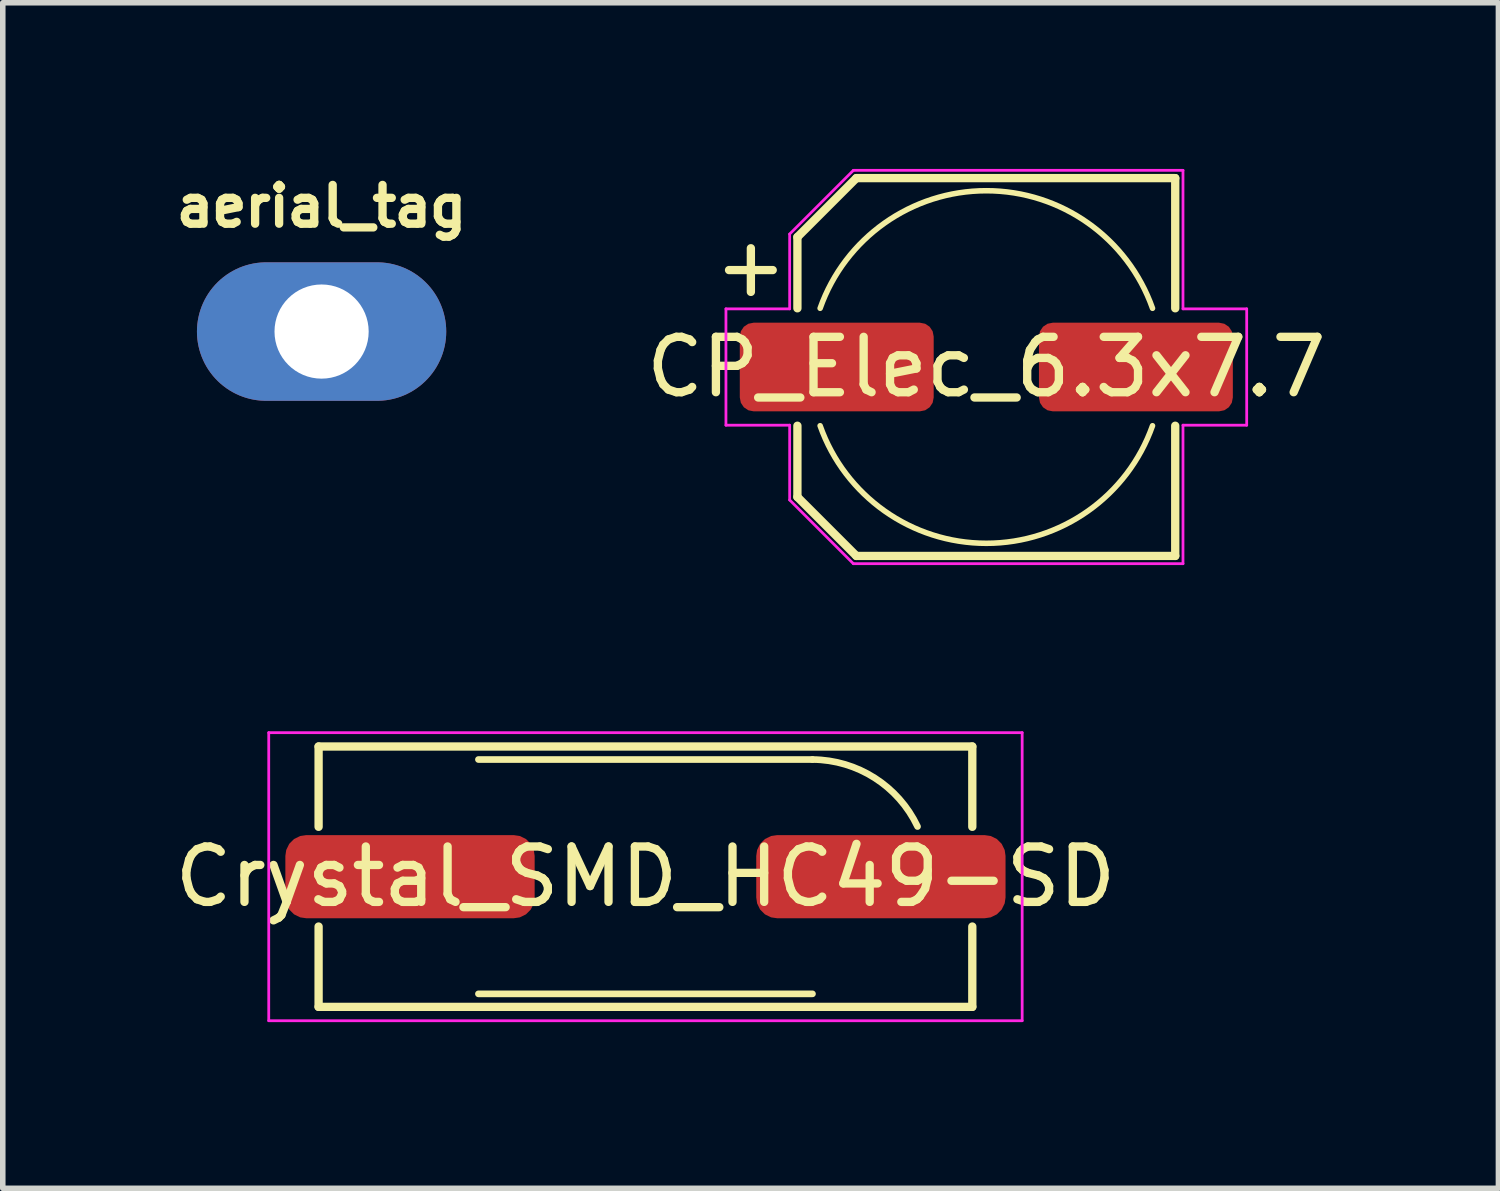
<source format=kicad_pcb>
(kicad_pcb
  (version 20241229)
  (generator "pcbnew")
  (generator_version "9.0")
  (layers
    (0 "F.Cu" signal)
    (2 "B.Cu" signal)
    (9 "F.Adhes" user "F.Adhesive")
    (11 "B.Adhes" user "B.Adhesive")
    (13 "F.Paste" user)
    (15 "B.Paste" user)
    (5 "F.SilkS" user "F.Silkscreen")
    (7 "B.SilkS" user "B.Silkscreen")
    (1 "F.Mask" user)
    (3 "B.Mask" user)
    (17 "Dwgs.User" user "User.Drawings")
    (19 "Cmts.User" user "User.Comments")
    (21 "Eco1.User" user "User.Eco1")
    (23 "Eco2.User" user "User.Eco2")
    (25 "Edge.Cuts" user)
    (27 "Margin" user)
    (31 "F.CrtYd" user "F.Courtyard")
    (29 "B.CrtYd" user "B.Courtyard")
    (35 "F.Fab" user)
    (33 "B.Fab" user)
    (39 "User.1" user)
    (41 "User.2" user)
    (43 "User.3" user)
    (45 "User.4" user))
  (footprint "Crystal_SMD_HC49-SD"
    (layer "F.Cu")
    (at 8.601 12.775)
    (property "Reference" "Crystal_SMD_HC49-SD" (at 0 0 0) (layer "F.SilkS") (effects (font (size 1 1) (thickness 0.15))))
    (attr smd)
    (fp_line (start -5.9 -2.35) (end -5.9 -0.9) (stroke (width 0.15) (type solid)) (layer "F.SilkS"))
    (fp_line (start -5.9 2.35) (end -5.9 0.9) (stroke (width 0.15) (type solid)) (layer "F.SilkS"))
    (fp_line (start -5.9 2.35) (end 5.9 2.35) (stroke (width 0.15) (type solid)) (layer "F.SilkS"))
    (fp_line (start -3.015 -2.115) (end 3.015 -2.115) (stroke (width 0.12) (type solid)) (layer "F.SilkS"))
    (fp_line (start -3.015 2.115) (end 3.015 2.115) (stroke (width 0.12) (type solid)) (layer "F.SilkS"))
    (fp_line (start 5.9 -2.35) (end -5.9 -2.35) (stroke (width 0.15) (type solid)) (layer "F.SilkS"))
    (fp_line (start 5.9 -2.35) (end 5.9 -0.9) (stroke (width 0.15) (type solid)) (layer "F.SilkS"))
    (fp_line (start 5.9 2.35) (end 5.9 0.9) (stroke (width 0.15) (type solid)) (layer "F.SilkS"))
    (fp_arc (start 3.015 -2.115) (mid 4.137354 -1.783221) (end 4.911453 -0.905425) (stroke (width 0.12) (type solid)) (layer "F.SilkS"))
    (fp_line (start -6.8 -2.6) (end -6.8 2.6) (stroke (width 0.05) (type solid)) (layer "F.CrtYd"))
    (fp_line (start -6.8 2.6) (end 6.8 2.6) (stroke (width 0.05) (type solid)) (layer "F.CrtYd"))
    (fp_line (start 6.8 -2.6) (end -6.8 -2.6) (stroke (width 0.05) (type solid)) (layer "F.CrtYd"))
    (fp_line (start 6.8 2.6) (end 6.8 -2.6) (stroke (width 0.05) (type solid)) (layer "F.CrtYd"))
    (pad "1" smd roundrect (at -4.25 0) (size 4.5 1.5) (layers "F.Cu" "F.Mask") (roundrect_rratio 0.25))
    (pad "2" smd roundrect (at 4.25 0) (size 4.5 1.5) (layers "F.Cu" "F.Mask") (roundrect_rratio 0.25)))
  (footprint "CP_Elec_6.3x7.7"
    (layer "F.Cu")
    (at 14.754 3.575)
    (property "Reference" "CP_Elec_6.3x7.7" (at 0 0 0) (layer "F.SilkS") (effects (font (size 1 1) (thickness 0.15))))
    (attr smd)
    (fp_line (start -4.644 -1.75) (end -3.856 -1.75) (stroke (width 0.15) (type solid)) (layer "F.SilkS"))
    (fp_line (start -4.25 -2.144) (end -4.25 -1.356) (stroke (width 0.15) (type solid)) (layer "F.SilkS"))
    (fp_line (start -3.41 -2.346) (end -3.41 -1.06) (stroke (width 0.15) (type solid)) (layer "F.SilkS"))
    (fp_line (start -3.41 -2.346) (end -2.346 -3.41) (stroke (width 0.15) (type solid)) (layer "F.SilkS"))
    (fp_line (start -3.41 2.346) (end -3.41 1.06) (stroke (width 0.15) (type solid)) (layer "F.SilkS"))
    (fp_line (start -3.41 2.346) (end -2.346 3.41) (stroke (width 0.15) (type solid)) (layer "F.SilkS"))
    (fp_line (start -2.346 -3.41) (end 3.41 -3.41) (stroke (width 0.15) (type solid)) (layer "F.SilkS"))
    (fp_line (start -2.346 3.41) (end 3.41 3.41) (stroke (width 0.15) (type solid)) (layer "F.SilkS"))
    (fp_line (start 3.41 -3.41) (end 3.41 -1.06) (stroke (width 0.15) (type solid)) (layer "F.SilkS"))
    (fp_line (start 3.41 3.41) (end 3.41 1.06) (stroke (width 0.15) (type solid)) (layer "F.SilkS"))
    (fp_arc (start -3 -1.06) (mid 0 -3.182154) (end 3 -1.06) (stroke (width 0.1) (type solid)) (layer "F.SilkS"))
    (fp_arc (start 3 1.06) (mid 0 3.182154) (end -3 1.06) (stroke (width 0.1) (type solid)) (layer "F.SilkS"))
    (fp_line (start -4.7 -1.05) (end -4.7 1.05) (stroke (width 0.05) (type solid)) (layer "F.CrtYd"))
    (fp_line (start -4.7 1.05) (end -3.55 1.05) (stroke (width 0.05) (type solid)) (layer "F.CrtYd"))
    (fp_line (start -3.55 -2.4) (end -3.55 -1.05) (stroke (width 0.05) (type solid)) (layer "F.CrtYd"))
    (fp_line (start -3.55 -2.4) (end -2.4 -3.55) (stroke (width 0.05) (type solid)) (layer "F.CrtYd"))
    (fp_line (start -3.55 -1.05) (end -4.7 -1.05) (stroke (width 0.05) (type solid)) (layer "F.CrtYd"))
    (fp_line (start -3.55 1.05) (end -3.55 2.4) (stroke (width 0.05) (type solid)) (layer "F.CrtYd"))
    (fp_line (start -3.55 2.4) (end -2.4 3.55) (stroke (width 0.05) (type solid)) (layer "F.CrtYd"))
    (fp_line (start -2.4 -3.55) (end 3.55 -3.55) (stroke (width 0.05) (type solid)) (layer "F.CrtYd"))
    (fp_line (start -2.4 3.55) (end 3.55 3.55) (stroke (width 0.05) (type solid)) (layer "F.CrtYd"))
    (fp_line (start 3.55 -3.55) (end 3.55 -1.05) (stroke (width 0.05) (type solid)) (layer "F.CrtYd"))
    (fp_line (start 3.55 -1.05) (end 4.7 -1.05) (stroke (width 0.05) (type solid)) (layer "F.CrtYd"))
    (fp_line (start 3.55 1.05) (end 3.55 3.55) (stroke (width 0.05) (type solid)) (layer "F.CrtYd"))
    (fp_line (start 4.7 -1.05) (end 4.7 1.05) (stroke (width 0.05) (type solid)) (layer "F.CrtYd"))
    (fp_line (start 4.7 1.05) (end 3.55 1.05) (stroke (width 0.05) (type solid)) (layer "F.CrtYd"))
    (pad "1" smd roundrect (at -2.7 0) (size 3.5 1.6) (layers "F.Cu" "F.Mask" "F.Paste") (roundrect_rratio 0.156))
    (pad "2" smd roundrect (at 2.7 0) (size 3.5 1.6) (layers "F.Cu" "F.Mask" "F.Paste") (roundrect_rratio 0.156)))
  (footprint "aerial_tag"
    (layer "F.Cu")
    (at 2.755 2.935)
    (property "Reference" "aerial_tag" (at 0 -2.263 0) (layer "F.SilkS") (effects (font (size 0.7 0.7) (thickness 0.15))))
    (attr through_hole)
    (pad "1" thru_hole oval (at 0 0) (size 4.5 2.5) (drill 1.7) (layers "*.Cu" "*.Mask")))
  (gr_rect
    (start -3 -3)
    (end 23.998 18.4)
    (stroke (width 0.1) (type default))
    (fill no)
    (layer "Edge.Cuts")))
</source>
